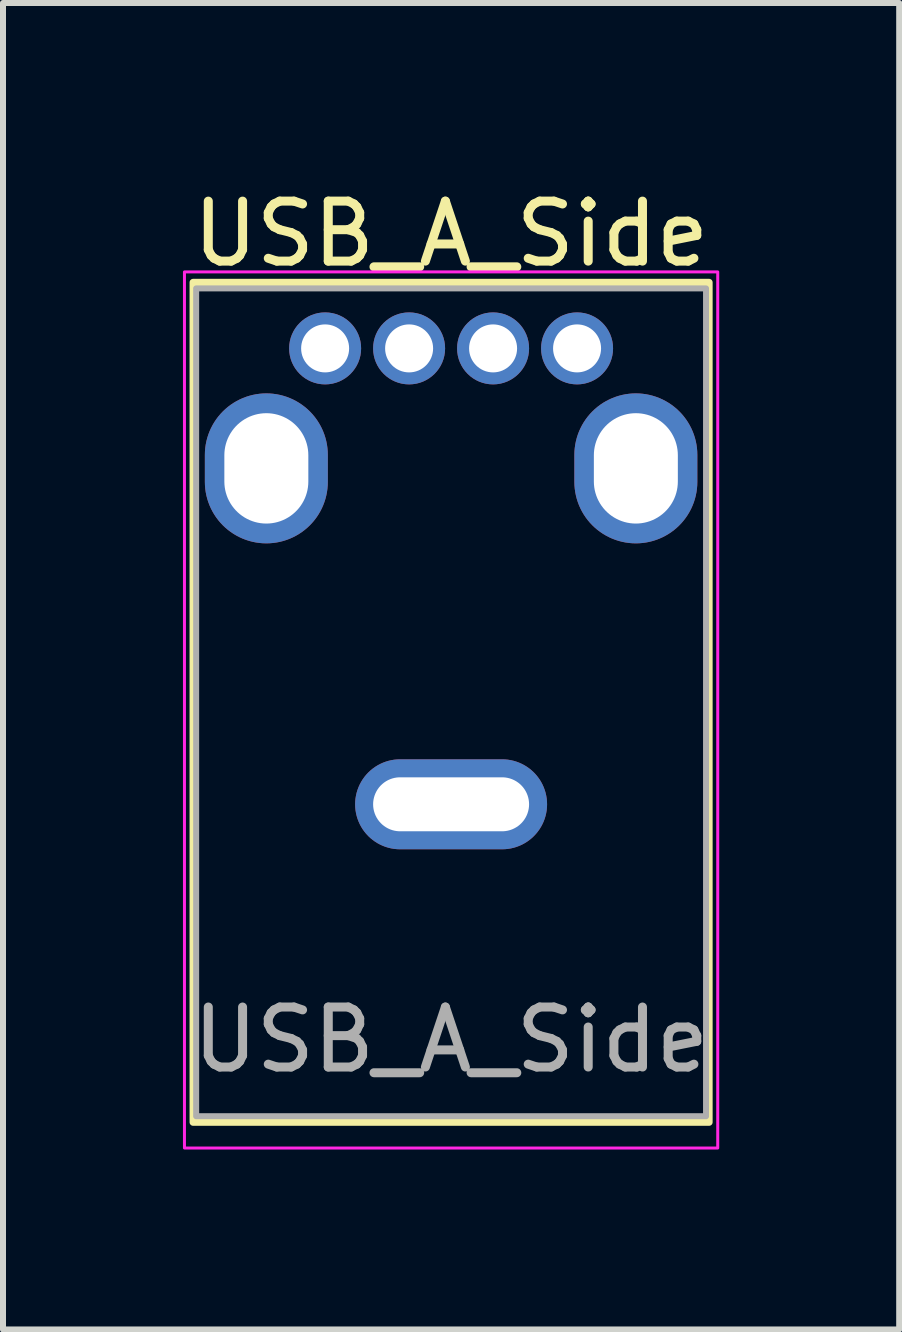
<source format=kicad_pcb>
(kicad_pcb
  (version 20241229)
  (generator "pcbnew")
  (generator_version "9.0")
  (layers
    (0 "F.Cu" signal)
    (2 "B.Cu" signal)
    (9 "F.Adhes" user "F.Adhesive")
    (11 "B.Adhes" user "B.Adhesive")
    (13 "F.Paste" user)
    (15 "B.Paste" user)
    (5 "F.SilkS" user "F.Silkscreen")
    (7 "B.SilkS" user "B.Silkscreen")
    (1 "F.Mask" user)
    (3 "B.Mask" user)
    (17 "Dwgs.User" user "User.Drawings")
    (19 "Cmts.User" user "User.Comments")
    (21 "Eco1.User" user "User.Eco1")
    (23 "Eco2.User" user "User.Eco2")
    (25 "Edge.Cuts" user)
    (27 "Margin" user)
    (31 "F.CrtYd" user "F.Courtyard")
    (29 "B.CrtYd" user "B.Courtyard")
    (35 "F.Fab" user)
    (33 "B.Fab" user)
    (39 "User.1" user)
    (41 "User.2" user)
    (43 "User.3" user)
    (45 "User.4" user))
  (footprint "USB_A_Side"
    (layer "F.Cu")
    (at 4.47 4.758)
    (property "Reference" "USB_A_Side" (at 0 -3.91 0) (unlocked yes) (layer "F.SilkS") (effects (font (size 1 1) (thickness 0.15))))
    (attr through_hole)
    (fp_rect (start -4.3 -3.1) (end 4.3 10.9) (stroke (width 0.12) (type solid)) (fill no) (layer "F.SilkS"))
    (fp_rect (start -4.445 -3.275) (end 4.445 11.33) (stroke (width 0.05) (type solid)) (fill no) (layer "F.CrtYd"))
    (fp_rect (start -4.25 -3) (end 4.25 10.8) (stroke (width 0.1) (type solid)) (fill no) (layer "F.Fab"))
    (fp_text user "${REFERENCE}" (at 0 9.525 0) (unlocked yes) (layer "F.Fab") (effects (font (size 1 1) (thickness 0.15))))
    (pad "1" thru_hole circle (at 2.1 -2) (size 1.2 1.2) (drill 0.8) (layers "*.Cu" "*.Mask"))
    (pad "2" thru_hole circle (at 0.7 -2) (size 1.2 1.2) (drill 0.8) (layers "*.Cu" "*.Mask"))
    (pad "3" thru_hole circle (at -0.7 -2) (size 1.2 1.2) (drill 0.8) (layers "*.Cu" "*.Mask"))
    (pad "4" thru_hole circle (at -2.1 -2) (size 1.2 1.2) (drill 0.8) (layers "*.Cu" "*.Mask"))
    (pad "5" thru_hole oval (at -3.08 0) (size 2.05 2.5) (drill oval 1.4 1.84) (layers "*.Cu" "*.Mask"))
    (pad "5" thru_hole oval (at 0 5.6) (size 3.2 1.5) (drill oval 2.6 0.9) (layers "*.Cu" "*.Mask"))
    (pad "5" thru_hole oval (at 3.08 0) (size 2.05 2.5) (drill oval 1.4 1.84) (layers "*.Cu" "*.Mask")))
  (gr_rect
    (start -3 -3)
    (end 11.94 19.113)
    (stroke (width 0.1) (type default))
    (fill no)
    (layer "Edge.Cuts")))
</source>
